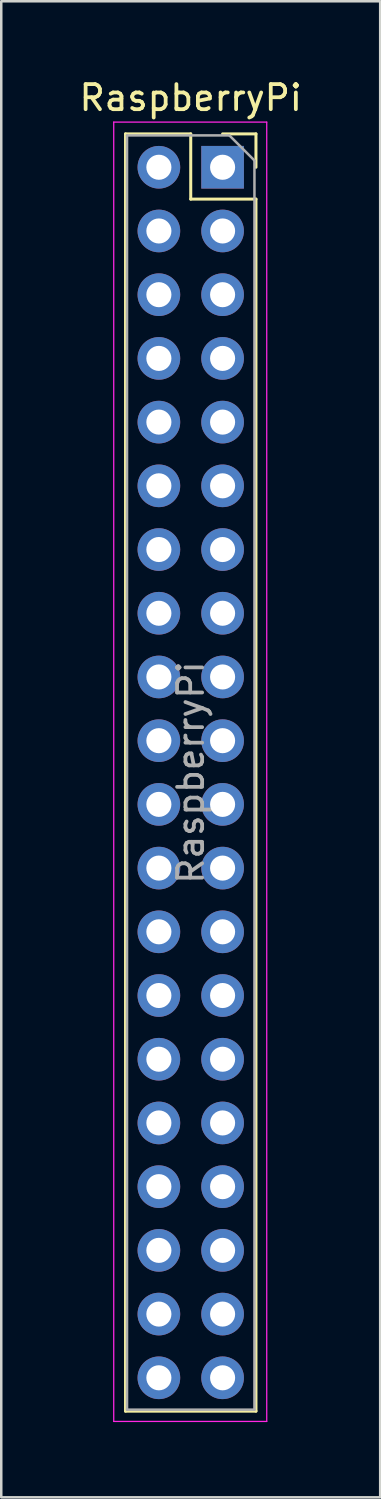
<source format=kicad_pcb>
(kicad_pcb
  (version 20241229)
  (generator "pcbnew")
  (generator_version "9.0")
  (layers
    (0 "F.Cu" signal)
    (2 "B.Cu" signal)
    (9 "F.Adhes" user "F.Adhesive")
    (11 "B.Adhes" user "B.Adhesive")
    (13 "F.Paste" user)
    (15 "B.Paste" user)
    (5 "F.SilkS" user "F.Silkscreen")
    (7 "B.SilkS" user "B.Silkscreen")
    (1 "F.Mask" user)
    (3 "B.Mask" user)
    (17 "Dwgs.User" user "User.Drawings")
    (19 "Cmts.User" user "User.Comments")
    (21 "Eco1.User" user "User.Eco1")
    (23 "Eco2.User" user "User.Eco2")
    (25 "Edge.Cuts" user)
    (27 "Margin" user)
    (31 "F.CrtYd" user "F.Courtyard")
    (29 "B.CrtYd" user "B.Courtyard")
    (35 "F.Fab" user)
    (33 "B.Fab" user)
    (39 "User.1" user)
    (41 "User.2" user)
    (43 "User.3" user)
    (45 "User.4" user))
  (footprint "RaspberryPi"
    (layer "F.Cu")
    (at 5.824 3.618)
    (property "Reference" "RaspberryPi" (at -1.27 -2.77 0) (layer "F.SilkS") (effects (font (size 1 1) (thickness 0.15))))
    (attr through_hole)
    (fp_line (start -3.87 -1.33) (end -3.87 49.59) (stroke (width 0.12) (type solid)) (layer "F.SilkS"))
    (fp_line (start -3.87 -1.33) (end -1.27 -1.33) (stroke (width 0.12) (type solid)) (layer "F.SilkS"))
    (fp_line (start -3.87 49.59) (end 1.33 49.59) (stroke (width 0.12) (type solid)) (layer "F.SilkS"))
    (fp_line (start -1.27 -1.33) (end -1.27 1.27) (stroke (width 0.12) (type solid)) (layer "F.SilkS"))
    (fp_line (start -1.27 1.27) (end 1.33 1.27) (stroke (width 0.12) (type solid)) (layer "F.SilkS"))
    (fp_line (start 0 -1.33) (end 1.33 -1.33) (stroke (width 0.12) (type solid)) (layer "F.SilkS"))
    (fp_line (start 1.33 -1.33) (end 1.33 0) (stroke (width 0.12) (type solid)) (layer "F.SilkS"))
    (fp_line (start 1.33 1.27) (end 1.33 49.59) (stroke (width 0.12) (type solid)) (layer "F.SilkS"))
    (fp_line (start -4.34 -1.8) (end 1.76 -1.8) (stroke (width 0.05) (type solid)) (layer "F.CrtYd"))
    (fp_line (start -4.34 50) (end -4.34 -1.8) (stroke (width 0.05) (type solid)) (layer "F.CrtYd"))
    (fp_line (start 1.76 -1.8) (end 1.76 50) (stroke (width 0.05) (type solid)) (layer "F.CrtYd"))
    (fp_line (start 1.76 50) (end -4.34 50) (stroke (width 0.05) (type solid)) (layer "F.CrtYd"))
    (fp_line (start -3.81 -1.27) (end 0.27 -1.27) (stroke (width 0.1) (type solid)) (layer "F.Fab"))
    (fp_line (start -3.81 49.53) (end -3.81 -1.27) (stroke (width 0.1) (type solid)) (layer "F.Fab"))
    (fp_line (start 0.27 -1.27) (end 1.27 -0.27) (stroke (width 0.1) (type solid)) (layer "F.Fab"))
    (fp_line (start 1.27 -0.27) (end 1.27 49.53) (stroke (width 0.1) (type solid)) (layer "F.Fab"))
    (fp_line (start 1.27 49.53) (end -3.81 49.53) (stroke (width 0.1) (type solid)) (layer "F.Fab"))
    (fp_text user "${REFERENCE}" (at -1.27 24.13 90) (layer "F.Fab") (effects (font (size 1 1) (thickness 0.15))))
    (pad "1" thru_hole rect (at 0 0) (size 1.7 1.7) (drill 1) (layers "*.Cu" "*.Mask"))
    (pad "2" thru_hole oval (at -2.54 0) (size 1.7 1.7) (drill 1) (layers "*.Cu" "*.Mask"))
    (pad "3" thru_hole oval (at 0 2.54) (size 1.7 1.7) (drill 1) (layers "*.Cu" "*.Mask"))
    (pad "4" thru_hole oval (at -2.54 2.54) (size 1.7 1.7) (drill 1) (layers "*.Cu" "*.Mask"))
    (pad "5" thru_hole oval (at 0 5.08) (size 1.7 1.7) (drill 1) (layers "*.Cu" "*.Mask"))
    (pad "6" thru_hole oval (at -2.54 5.08) (size 1.7 1.7) (drill 1) (layers "*.Cu" "*.Mask"))
    (pad "7" thru_hole oval (at 0 7.62) (size 1.7 1.7) (drill 1) (layers "*.Cu" "*.Mask"))
    (pad "8" thru_hole oval (at -2.54 7.62) (size 1.7 1.7) (drill 1) (layers "*.Cu" "*.Mask"))
    (pad "9" thru_hole oval (at 0 10.16) (size 1.7 1.7) (drill 1) (layers "*.Cu" "*.Mask"))
    (pad "10" thru_hole oval (at -2.54 10.16) (size 1.7 1.7) (drill 1) (layers "*.Cu" "*.Mask"))
    (pad "11" thru_hole oval (at 0 12.7) (size 1.7 1.7) (drill 1) (layers "*.Cu" "*.Mask"))
    (pad "12" thru_hole oval (at -2.54 12.7) (size 1.7 1.7) (drill 1) (layers "*.Cu" "*.Mask"))
    (pad "13" thru_hole oval (at 0 15.24) (size 1.7 1.7) (drill 1) (layers "*.Cu" "*.Mask"))
    (pad "14" thru_hole oval (at -2.54 15.24) (size 1.7 1.7) (drill 1) (layers "*.Cu" "*.Mask"))
    (pad "15" thru_hole oval (at 0 17.78) (size 1.7 1.7) (drill 1) (layers "*.Cu" "*.Mask"))
    (pad "16" thru_hole oval (at -2.54 17.78) (size 1.7 1.7) (drill 1) (layers "*.Cu" "*.Mask"))
    (pad "17" thru_hole oval (at 0 20.32) (size 1.7 1.7) (drill 1) (layers "*.Cu" "*.Mask"))
    (pad "18" thru_hole oval (at -2.54 20.32) (size 1.7 1.7) (drill 1) (layers "*.Cu" "*.Mask"))
    (pad "19" thru_hole oval (at 0 22.86) (size 1.7 1.7) (drill 1) (layers "*.Cu" "*.Mask"))
    (pad "20" thru_hole oval (at -2.54 22.86) (size 1.7 1.7) (drill 1) (layers "*.Cu" "*.Mask"))
    (pad "21" thru_hole oval (at 0 25.4) (size 1.7 1.7) (drill 1) (layers "*.Cu" "*.Mask"))
    (pad "22" thru_hole oval (at -2.54 25.4) (size 1.7 1.7) (drill 1) (layers "*.Cu" "*.Mask"))
    (pad "23" thru_hole oval (at 0 27.94) (size 1.7 1.7) (drill 1) (layers "*.Cu" "*.Mask"))
    (pad "24" thru_hole oval (at -2.54 27.94) (size 1.7 1.7) (drill 1) (layers "*.Cu" "*.Mask"))
    (pad "25" thru_hole oval (at 0 30.48) (size 1.7 1.7) (drill 1) (layers "*.Cu" "*.Mask"))
    (pad "26" thru_hole oval (at -2.54 30.48) (size 1.7 1.7) (drill 1) (layers "*.Cu" "*.Mask"))
    (pad "27" thru_hole oval (at 0 33.02) (size 1.7 1.7) (drill 1) (layers "*.Cu" "*.Mask"))
    (pad "28" thru_hole oval (at -2.54 33.02) (size 1.7 1.7) (drill 1) (layers "*.Cu" "*.Mask"))
    (pad "29" thru_hole oval (at 0 35.56) (size 1.7 1.7) (drill 1) (layers "*.Cu" "*.Mask"))
    (pad "30" thru_hole oval (at -2.54 35.56) (size 1.7 1.7) (drill 1) (layers "*.Cu" "*.Mask"))
    (pad "31" thru_hole oval (at 0 38.1) (size 1.7 1.7) (drill 1) (layers "*.Cu" "*.Mask"))
    (pad "32" thru_hole oval (at -2.54 38.1) (size 1.7 1.7) (drill 1) (layers "*.Cu" "*.Mask"))
    (pad "33" thru_hole oval (at 0 40.64) (size 1.7 1.7) (drill 1) (layers "*.Cu" "*.Mask"))
    (pad "34" thru_hole oval (at -2.54 40.64) (size 1.7 1.7) (drill 1) (layers "*.Cu" "*.Mask"))
    (pad "35" thru_hole oval (at 0 43.18) (size 1.7 1.7) (drill 1) (layers "*.Cu" "*.Mask"))
    (pad "36" thru_hole oval (at -2.54 43.18) (size 1.7 1.7) (drill 1) (layers "*.Cu" "*.Mask"))
    (pad "37" thru_hole oval (at 0 45.72) (size 1.7 1.7) (drill 1) (layers "*.Cu" "*.Mask"))
    (pad "38" thru_hole oval (at -2.54 45.72) (size 1.7 1.7) (drill 1) (layers "*.Cu" "*.Mask"))
    (pad "39" thru_hole oval (at 0 48.26) (size 1.7 1.7) (drill 1) (layers "*.Cu" "*.Mask"))
    (pad "40" thru_hole oval (at -2.54 48.26) (size 1.7 1.7) (drill 1) (layers "*.Cu" "*.Mask")))
  (gr_rect
    (start -3 -3)
    (end 12.107 56.643)
    (stroke (width 0.1) (type default))
    (fill no)
    (layer "Edge.Cuts")))
</source>
